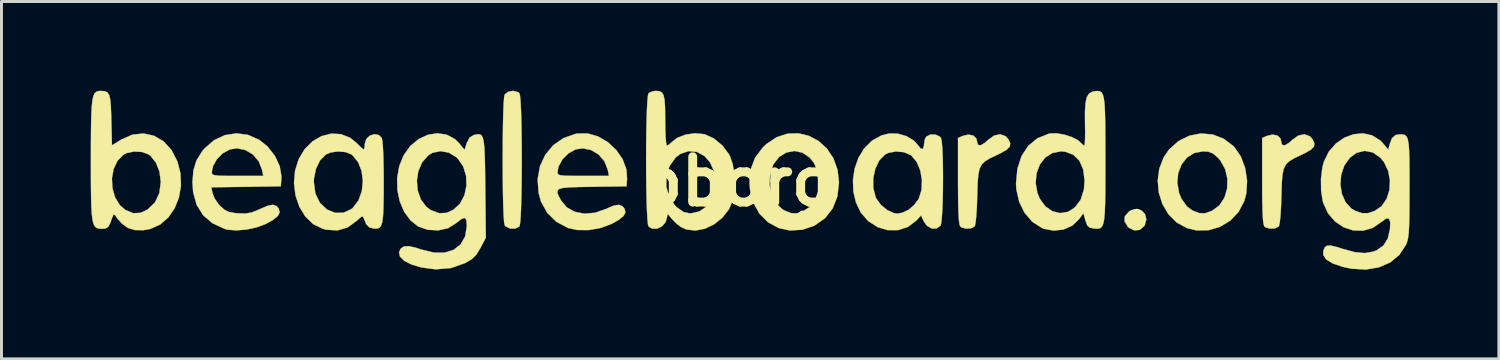
<source format=kicad_pcb>
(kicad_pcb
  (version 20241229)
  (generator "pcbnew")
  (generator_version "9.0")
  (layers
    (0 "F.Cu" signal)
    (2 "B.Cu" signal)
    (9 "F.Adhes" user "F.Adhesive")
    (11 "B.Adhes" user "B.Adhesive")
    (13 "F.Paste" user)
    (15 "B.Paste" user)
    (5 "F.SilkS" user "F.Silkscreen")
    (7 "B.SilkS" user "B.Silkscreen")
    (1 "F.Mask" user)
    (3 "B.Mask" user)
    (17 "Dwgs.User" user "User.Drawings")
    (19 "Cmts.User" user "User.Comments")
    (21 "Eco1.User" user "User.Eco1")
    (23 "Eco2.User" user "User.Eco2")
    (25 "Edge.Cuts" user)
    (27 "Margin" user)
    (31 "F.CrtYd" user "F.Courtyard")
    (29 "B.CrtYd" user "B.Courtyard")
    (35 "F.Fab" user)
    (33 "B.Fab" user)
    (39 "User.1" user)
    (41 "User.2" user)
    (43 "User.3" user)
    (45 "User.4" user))
  (footprint "bborg"
    (layer "F.Cu")
    (at 21.722 3.053)
    (property "Reference" "bborg" (at 0 0 0) (layer "F.SilkS") (effects (font (size 1.524 1.524) (thickness 0.3))))
    (attr through_hole)
    (fp_poly (pts (xy 13.604 0.973) (xy 13.718 1.101) (xy 13.759 1.275) (xy 13.706 1.466) (xy 13.69 1.493) (xy 13.541 1.622) (xy 13.358 1.642) (xy 13.174 1.552) (xy 13.145 1.524) (xy 13.029 1.344) (xy 13.037 1.169) (xy 13.167 1.015) (xy 13.251 0.962) (xy 13.441 0.918) (xy 13.604 0.973)) (stroke (width 0.01) (type solid)) (fill yes) (layer "F.SilkS"))
    (fp_poly (pts (xy -7.368 -3.01) (xy -7.315 -2.972) (xy -7.293 -2.888) (xy -7.275 -2.695) (xy -7.26 -2.412) (xy -7.248 -2.056) (xy -7.24 -1.645) (xy -7.235 -1.199) (xy -7.233 -0.734) (xy -7.235 -0.268) (xy -7.24 0.179) (xy -7.248 0.59) (xy -7.26 0.947) (xy -7.275 1.231) (xy -7.293 1.425) (xy -7.315 1.511) (xy -7.315 1.511) (xy -7.456 1.58) (xy -7.627 1.578) (xy -7.77 1.512) (xy -7.808 1.465) (xy -7.828 1.363) (xy -7.844 1.141) (xy -7.857 0.806) (xy -7.867 0.365) (xy -7.872 -0.175) (xy -7.874 -0.73) (xy -7.872 -1.352) (xy -7.866 -1.881) (xy -7.856 -2.31) (xy -7.843 -2.633) (xy -7.826 -2.841) (xy -7.808 -2.925) (xy -7.696 -3.018) (xy -7.53 -3.048) (xy -7.368 -3.01)) (stroke (width 0.01) (type solid)) (fill yes) (layer "F.SilkS"))
    (fp_poly (pts (xy 9.03 -1.525) (xy 9.118 -1.429) (xy 9.184 -1.29) (xy 9.17 -1.176) (xy 9.063 -1.067) (xy 8.85 -0.948) (xy 8.75 -0.9) (xy 8.515 -0.789) (xy 8.344 -0.688) (xy 8.227 -0.574) (xy 8.152 -0.425) (xy 8.11 -0.219) (xy 8.088 0.067) (xy 8.076 0.456) (xy 8.075 0.498) (xy 8.063 0.841) (xy 8.045 1.137) (xy 8.022 1.361) (xy 7.997 1.489) (xy 7.988 1.508) (xy 7.866 1.572) (xy 7.695 1.582) (xy 7.542 1.539) (xy 7.506 1.511) (xy 7.479 1.441) (xy 7.458 1.284) (xy 7.443 1.031) (xy 7.434 0.674) (xy 7.43 0.202) (xy 7.429 -0.014) (xy 7.429 -1.463) (xy 7.584 -1.533) (xy 7.78 -1.58) (xy 7.946 -1.546) (xy 8.048 -1.444) (xy 8.065 -1.364) (xy 8.097 -1.237) (xy 8.189 -1.218) (xy 8.337 -1.307) (xy 8.436 -1.397) (xy 8.645 -1.547) (xy 8.85 -1.59) (xy 9.03 -1.525)) (stroke (width 0.01) (type solid)) (fill yes) (layer "F.SilkS"))
    (fp_poly (pts (xy 19.253 -1.525) (xy 19.341 -1.429) (xy 19.408 -1.29) (xy 19.394 -1.176) (xy 19.286 -1.067) (xy 19.074 -0.948) (xy 18.973 -0.9) (xy 18.738 -0.789) (xy 18.568 -0.688) (xy 18.45 -0.574) (xy 18.376 -0.425) (xy 18.333 -0.219) (xy 18.311 0.067) (xy 18.3 0.456) (xy 18.299 0.498) (xy 18.287 0.841) (xy 18.269 1.137) (xy 18.246 1.361) (xy 18.221 1.489) (xy 18.212 1.508) (xy 18.09 1.572) (xy 17.919 1.582) (xy 17.765 1.539) (xy 17.729 1.511) (xy 17.702 1.441) (xy 17.681 1.284) (xy 17.667 1.031) (xy 17.657 0.674) (xy 17.653 0.202) (xy 17.653 -0.014) (xy 17.653 -1.463) (xy 17.807 -1.533) (xy 18.003 -1.58) (xy 18.169 -1.546) (xy 18.271 -1.444) (xy 18.288 -1.364) (xy 18.32 -1.237) (xy 18.413 -1.218) (xy 18.561 -1.307) (xy 18.659 -1.397) (xy 18.868 -1.547) (xy 19.074 -1.59) (xy 19.253 -1.525)) (stroke (width 0.01) (type solid)) (fill yes) (layer "F.SilkS"))
    (fp_poly (pts (xy 2.418 -1.537) (xy 2.742 -1.364) (xy 3.021 -1.111) (xy 3.239 -0.786) (xy 3.38 -0.397) (xy 3.429 0.032) (xy 3.375 0.498) (xy 3.218 0.9) (xy 2.961 1.229) (xy 2.611 1.476) (xy 2.593 1.486) (xy 2.195 1.619) (xy 1.777 1.643) (xy 1.406 1.564) (xy 1.042 1.368) (xy 0.754 1.078) (xy 0.549 0.709) (xy 0.439 0.277) (xy 0.428 0.122) (xy 1.094 0.122) (xy 1.164 0.448) (xy 1.31 0.729) (xy 1.526 0.933) (xy 1.587 0.968) (xy 1.809 1.058) (xy 1.994 1.071) (xy 2.189 1.017) (xy 2.441 0.858) (xy 2.624 0.618) (xy 2.733 0.322) (xy 2.766 -0.002) (xy 2.719 -0.328) (xy 2.587 -0.628) (xy 2.445 -0.806) (xy 2.2 -0.972) (xy 1.93 -1.028) (xy 1.661 -0.978) (xy 1.418 -0.829) (xy 1.229 -0.585) (xy 1.213 -0.553) (xy 1.108 -0.222) (xy 1.094 0.122) (xy 0.428 0.122) (xy 0.421 0.032) (xy 0.464 -0.418) (xy 0.608 -0.802) (xy 0.863 -1.141) (xy 0.99 -1.262) (xy 1.335 -1.493) (xy 1.699 -1.61) (xy 2.065 -1.622) (xy 2.418 -1.537)) (stroke (width 0.01) (type solid)) (fill yes) (layer "F.SilkS"))
    (fp_poly (pts (xy 15.985 -1.583) (xy 16.356 -1.441) (xy 16.687 -1.192) (xy 16.713 -1.165) (xy 16.935 -0.845) (xy 17.081 -0.455) (xy 17.146 -0.03) (xy 17.121 0.393) (xy 17.054 0.651) (xy 16.86 1.02) (xy 16.579 1.314) (xy 16.235 1.522) (xy 15.848 1.635) (xy 15.443 1.642) (xy 15.128 1.566) (xy 14.781 1.377) (xy 14.504 1.101) (xy 14.301 0.76) (xy 14.179 0.376) (xy 14.149 0.042) (xy 14.8 0.042) (xy 14.859 0.38) (xy 14.938 0.574) (xy 15.124 0.836) (xy 15.303 0.968) (xy 15.532 1.059) (xy 15.727 1.066) (xy 15.949 0.99) (xy 15.976 0.977) (xy 16.218 0.797) (xy 16.386 0.54) (xy 16.475 0.234) (xy 16.484 -0.095) (xy 16.408 -0.419) (xy 16.246 -0.71) (xy 16.161 -0.806) (xy 16 -0.943) (xy 15.843 -1.004) (xy 15.661 -1.016) (xy 15.367 -0.96) (xy 15.123 -0.804) (xy 14.942 -0.572) (xy 14.83 -0.283) (xy 14.8 0.042) (xy 14.149 0.042) (xy 14.142 -0.03) (xy 14.195 -0.434) (xy 14.343 -0.816) (xy 14.524 -1.079) (xy 14.842 -1.363) (xy 15.206 -1.543) (xy 15.594 -1.616) (xy 15.985 -1.583)) (stroke (width 0.01) (type solid)) (fill yes) (layer "F.SilkS"))
    (fp_poly (pts (xy -4.669 -1.516) (xy -4.341 -1.325) (xy -4.06 -1.064) (xy -3.845 -0.753) (xy -3.717 -0.411) (xy -3.694 -0.09) (xy -3.715 0.159) (xy -4.874 0.176) (xy -5.306 0.183) (xy -5.625 0.194) (xy -5.844 0.213) (xy -5.976 0.248) (xy -6.034 0.304) (xy -6.033 0.387) (xy -5.985 0.502) (xy -5.916 0.631) (xy -5.723 0.865) (xy -5.454 1.016) (xy -5.13 1.079) (xy -4.775 1.049) (xy -4.411 0.923) (xy -4.395 0.916) (xy -4.144 0.808) (xy -3.967 0.78) (xy -3.845 0.833) (xy -3.785 0.905) (xy -3.75 1.032) (xy -3.813 1.159) (xy -3.985 1.295) (xy -4.211 1.421) (xy -4.583 1.56) (xy -4.986 1.63) (xy -5.377 1.628) (xy -5.68 1.56) (xy -6.072 1.351) (xy -6.377 1.052) (xy -6.587 0.674) (xy -6.669 0.381) (xy -6.701 -0.083) (xy -6.657 -0.322) (xy -6.032 -0.322) (xy -6.027 -0.269) (xy -5.996 -0.233) (xy -5.92 -0.21) (xy -5.779 -0.197) (xy -5.554 -0.192) (xy -5.224 -0.191) (xy -5.167 -0.191) (xy -4.302 -0.191) (xy -4.342 -0.392) (xy -4.456 -0.683) (xy -4.653 -0.912) (xy -4.907 -1.062) (xy -5.191 -1.118) (xy -5.424 -1.081) (xy -5.664 -0.95) (xy -5.865 -0.747) (xy -5.997 -0.509) (xy -6.032 -0.322) (xy -6.657 -0.322) (xy -6.622 -0.516) (xy -6.444 -0.901) (xy -6.177 -1.221) (xy -5.831 -1.462) (xy -5.417 -1.607) (xy -5.378 -1.614) (xy -5.021 -1.618) (xy -4.669 -1.516)) (stroke (width 0.01) (type solid)) (fill yes) (layer "F.SilkS"))
    (fp_poly (pts (xy -16.431 -1.568) (xy -16.06 -1.403) (xy -15.784 -1.183) (xy -15.532 -0.865) (xy -15.37 -0.517) (xy -15.312 -0.171) (xy -15.315 -0.09) (xy -15.335 0.159) (xy -16.502 0.176) (xy -17.668 0.193) (xy -17.627 0.398) (xy -17.557 0.569) (xy -17.428 0.756) (xy -17.369 0.821) (xy -17.225 0.949) (xy -17.084 1.02) (xy -16.893 1.056) (xy -16.768 1.067) (xy -16.512 1.073) (xy -16.308 1.038) (xy -16.083 0.947) (xy -16.034 0.924) (xy -15.778 0.814) (xy -15.601 0.78) (xy -15.478 0.822) (xy -15.406 0.905) (xy -15.37 1.032) (xy -15.434 1.159) (xy -15.605 1.295) (xy -15.832 1.421) (xy -16.136 1.537) (xy -16.484 1.612) (xy -16.83 1.641) (xy -17.127 1.617) (xy -17.209 1.595) (xy -17.627 1.403) (xy -17.945 1.131) (xy -18.163 0.782) (xy -18.28 0.356) (xy -18.303 0.032) (xy -18.275 -0.322) (xy -17.653 -0.322) (xy -17.647 -0.269) (xy -17.616 -0.233) (xy -17.54 -0.21) (xy -17.399 -0.197) (xy -17.174 -0.192) (xy -16.845 -0.191) (xy -16.788 -0.191) (xy -15.923 -0.191) (xy -15.963 -0.392) (xy -16.076 -0.683) (xy -16.273 -0.912) (xy -16.527 -1.062) (xy -16.811 -1.118) (xy -17.045 -1.081) (xy -17.284 -0.95) (xy -17.485 -0.747) (xy -17.617 -0.509) (xy -17.653 -0.322) (xy -18.275 -0.322) (xy -18.271 -0.376) (xy -18.168 -0.712) (xy -17.977 -1.017) (xy -17.897 -1.113) (xy -17.575 -1.392) (xy -17.209 -1.562) (xy -16.821 -1.621) (xy -16.431 -1.568)) (stroke (width 0.01) (type solid)) (fill yes) (layer "F.SilkS"))
    (fp_poly (pts (xy -13.311 -1.594) (xy -13.005 -1.474) (xy -12.785 -1.295) (xy -12.658 -1.168) (xy -12.567 -1.09) (xy -12.546 -1.079) (xy -12.52 -1.135) (xy -12.51 -1.268) (xy -12.509 -1.268) (xy -12.461 -1.432) (xy -12.341 -1.544) (xy -12.187 -1.593) (xy -12.037 -1.563) (xy -11.94 -1.465) (xy -11.918 -1.359) (xy -11.9 -1.141) (xy -11.886 -0.825) (xy -11.877 -0.427) (xy -11.874 0.015) (xy -11.876 0.508) (xy -11.883 0.887) (xy -11.898 1.167) (xy -11.925 1.363) (xy -11.966 1.488) (xy -12.025 1.556) (xy -12.104 1.582) (xy -12.208 1.578) (xy -12.22 1.577) (xy -12.368 1.534) (xy -12.466 1.426) (xy -12.539 1.244) (xy -12.571 1.177) (xy -12.623 1.181) (xy -12.724 1.264) (xy -12.781 1.319) (xy -13.089 1.542) (xy -13.426 1.641) (xy -13.798 1.619) (xy -13.927 1.586) (xy -14.247 1.428) (xy -14.511 1.173) (xy -14.711 0.845) (xy -14.84 0.464) (xy -14.89 0.054) (xy -14.887 0.013) (xy -14.224 0.013) (xy -14.172 0.4) (xy -14.019 0.714) (xy -13.78 0.941) (xy -13.512 1.051) (xy -13.231 1.047) (xy -12.973 0.931) (xy -12.908 0.878) (xy -12.72 0.629) (xy -12.61 0.32) (xy -12.576 -0.017) (xy -12.617 -0.351) (xy -12.732 -0.649) (xy -12.921 -0.881) (xy -12.967 -0.917) (xy -13.161 -0.992) (xy -13.411 -1.012) (xy -13.659 -0.978) (xy -13.817 -0.911) (xy -14.012 -0.714) (xy -14.151 -0.432) (xy -14.219 -0.098) (xy -14.224 0.013) (xy -14.887 0.013) (xy -14.854 -0.366) (xy -14.735 -0.749) (xy -14.53 -1.092) (xy -14.265 -1.354) (xy -13.961 -1.529) (xy -13.636 -1.611) (xy -13.311 -1.594)) (stroke (width 0.01) (type solid)) (fill yes) (layer "F.SilkS"))
    (fp_poly (pts (xy 5.404 -1.612) (xy 5.697 -1.527) (xy 5.944 -1.379) (xy 6.066 -1.244) (xy 6.176 -1.11) (xy 6.25 -1.096) (xy 6.284 -1.201) (xy 6.287 -1.257) (xy 6.312 -1.416) (xy 6.363 -1.511) (xy 6.503 -1.58) (xy 6.675 -1.578) (xy 6.818 -1.512) (xy 6.856 -1.465) (xy 6.881 -1.353) (xy 6.901 -1.141) (xy 6.914 -0.851) (xy 6.922 -0.505) (xy 6.925 -0.129) (xy 6.922 0.256) (xy 6.915 0.626) (xy 6.902 0.957) (xy 6.884 1.228) (xy 6.861 1.413) (xy 6.839 1.486) (xy 6.704 1.58) (xy 6.539 1.576) (xy 6.382 1.483) (xy 6.284 1.347) (xy 6.186 1.138) (xy 6.03 1.308) (xy 5.75 1.523) (xy 5.418 1.632) (xy 5.059 1.631) (xy 4.728 1.532) (xy 4.405 1.323) (xy 4.162 1.041) (xy 3.999 0.704) (xy 3.911 0.333) (xy 3.898 -0.054) (xy 3.907 -0.116) (xy 4.58 -0.116) (xy 4.581 0.217) (xy 4.661 0.523) (xy 4.683 0.57) (xy 4.838 0.784) (xy 5.052 0.958) (xy 5.28 1.063) (xy 5.397 1.079) (xy 5.563 1.044) (xy 5.751 0.957) (xy 5.785 0.935) (xy 5.959 0.781) (xy 6.1 0.593) (xy 6.112 0.57) (xy 6.203 0.277) (xy 6.217 -0.051) (xy 6.16 -0.377) (xy 6.039 -0.664) (xy 5.861 -0.875) (xy 5.841 -0.89) (xy 5.61 -0.988) (xy 5.337 -1.012) (xy 5.078 -0.961) (xy 4.979 -0.911) (xy 4.786 -0.715) (xy 4.651 -0.438) (xy 4.58 -0.116) (xy 3.907 -0.116) (xy 3.956 -0.438) (xy 4.083 -0.799) (xy 4.278 -1.117) (xy 4.537 -1.375) (xy 4.859 -1.552) (xy 5.109 -1.615) (xy 5.404 -1.612)) (stroke (width 0.01) (type solid)) (fill yes) (layer "F.SilkS"))
    (fp_poly (pts (xy -21.255 -3.038) (xy -21.166 -3.001) (xy -21.106 -2.917) (xy -21.068 -2.768) (xy -21.046 -2.534) (xy -21.033 -2.198) (xy -21.03 -2.072) (xy -21.009 -1.218) (xy -20.697 -1.411) (xy -20.328 -1.574) (xy -19.956 -1.617) (xy -19.6 -1.542) (xy -19.277 -1.355) (xy -19.007 -1.06) (xy -19.007 -1.059) (xy -18.808 -0.675) (xy -18.705 -0.27) (xy -18.69 0.139) (xy -18.757 0.533) (xy -18.9 0.894) (xy -19.112 1.203) (xy -19.386 1.442) (xy -19.717 1.592) (xy -19.953 1.634) (xy -20.237 1.63) (xy -20.458 1.564) (xy -20.496 1.544) (xy -20.675 1.41) (xy -20.823 1.246) (xy -20.826 1.241) (xy -20.91 1.124) (xy -20.955 1.106) (xy -20.989 1.176) (xy -20.989 1.178) (xy -21.067 1.398) (xy -21.136 1.522) (xy -21.22 1.576) (xy -21.331 1.587) (xy -21.431 1.584) (xy -21.513 1.564) (xy -21.577 1.517) (xy -21.626 1.43) (xy -21.662 1.29) (xy -21.687 1.087) (xy -21.703 0.807) (xy -21.712 0.439) (xy -21.716 -0.03) (xy -21.716 -0.106) (xy -21.01 -0.106) (xy -20.993 0.225) (xy -20.902 0.537) (xy -20.738 0.8) (xy -20.556 0.955) (xy -20.292 1.063) (xy -20.04 1.05) (xy -19.806 0.935) (xy -19.562 0.699) (xy -19.415 0.384) (xy -19.368 0.013) (xy -19.41 -0.329) (xy -19.529 -0.632) (xy -19.707 -0.86) (xy -19.774 -0.911) (xy -19.995 -0.994) (xy -20.262 -1.01) (xy -20.513 -0.96) (xy -20.612 -0.911) (xy -20.821 -0.703) (xy -20.953 -0.425) (xy -21.01 -0.106) (xy -21.716 -0.106) (xy -21.717 -0.612) (xy -21.717 -0.73) (xy -21.716 -1.334) (xy -21.712 -1.824) (xy -21.704 -2.21) (xy -21.69 -2.506) (xy -21.667 -2.722) (xy -21.634 -2.872) (xy -21.59 -2.968) (xy -21.533 -3.021) (xy -21.46 -3.043) (xy -21.38 -3.047) (xy -21.255 -3.038)) (stroke (width 0.01) (type solid)) (fill yes) (layer "F.SilkS"))
    (fp_poly (pts (xy 12.196 -3.035) (xy 12.254 -2.998) (xy 12.299 -2.92) (xy 12.332 -2.79) (xy 12.355 -2.596) (xy 12.369 -2.327) (xy 12.378 -1.97) (xy 12.381 -1.514) (xy 12.382 -0.947) (xy 12.383 -0.73) (xy 12.382 -0.124) (xy 12.38 0.368) (xy 12.373 0.756) (xy 12.361 1.053) (xy 12.341 1.27) (xy 12.31 1.42) (xy 12.268 1.514) (xy 12.212 1.565) (xy 12.141 1.583) (xy 12.051 1.581) (xy 12 1.577) (xy 11.854 1.548) (xy 11.772 1.472) (xy 11.714 1.309) (xy 11.713 1.307) (xy 11.644 1.059) (xy 11.496 1.267) (xy 11.27 1.481) (xy 10.976 1.611) (xy 10.646 1.649) (xy 10.316 1.587) (xy 10.253 1.562) (xy 9.929 1.355) (xy 9.669 1.053) (xy 9.484 0.679) (xy 9.389 0.256) (xy 9.379 0.062) (xy 9.381 0.041) (xy 10.039 0.041) (xy 10.096 0.377) (xy 10.176 0.574) (xy 10.362 0.831) (xy 10.598 0.995) (xy 10.86 1.06) (xy 11.124 1.018) (xy 11.352 0.876) (xy 11.552 0.612) (xy 11.661 0.27) (xy 11.684 -0.033) (xy 11.639 -0.406) (xy 11.51 -0.699) (xy 11.305 -0.901) (xy 11.03 -1.004) (xy 10.884 -1.016) (xy 10.596 -0.959) (xy 10.358 -0.804) (xy 10.179 -0.571) (xy 10.07 -0.282) (xy 10.039 0.041) (xy 9.381 0.041) (xy 9.427 -0.435) (xy 9.565 -0.858) (xy 9.79 -1.2) (xy 10.094 -1.452) (xy 10.474 -1.606) (xy 10.524 -1.617) (xy 10.738 -1.624) (xy 10.998 -1.579) (xy 11.255 -1.496) (xy 11.459 -1.391) (xy 11.524 -1.335) (xy 11.622 -1.24) (xy 11.678 -1.206) (xy 11.691 -1.266) (xy 11.699 -1.427) (xy 11.702 -1.666) (xy 11.698 -1.953) (xy 11.696 -2.35) (xy 11.714 -2.638) (xy 11.757 -2.835) (xy 11.831 -2.956) (xy 11.942 -3.02) (xy 12.032 -3.038) (xy 12.122 -3.045) (xy 12.196 -3.035)) (stroke (width 0.01) (type solid)) (fill yes) (layer "F.SilkS"))
    (fp_poly (pts (xy -9.764 -1.579) (xy -9.488 -1.434) (xy -9.345 -1.294) (xy -9.158 -1.067) (xy -9.082 -1.296) (xy -8.986 -1.481) (xy -8.843 -1.565) (xy -8.739 -1.588) (xy -8.656 -1.591) (xy -8.593 -1.559) (xy -8.546 -1.481) (xy -8.513 -1.344) (xy -8.491 -1.134) (xy -8.477 -0.839) (xy -8.468 -0.446) (xy -8.462 0.058) (xy -8.46 0.204) (xy -8.443 1.887) (xy -8.622 2.229) (xy -8.755 2.449) (xy -8.901 2.598) (xy -9.113 2.726) (xy -9.147 2.743) (xy -9.618 2.907) (xy -10.126 2.95) (xy -10.604 2.888) (xy -10.941 2.788) (xy -11.185 2.663) (xy -11.328 2.521) (xy -11.36 2.37) (xy -11.3 2.251) (xy -11.198 2.181) (xy -11.042 2.169) (xy -10.812 2.219) (xy -10.604 2.286) (xy -10.19 2.387) (xy -9.825 2.387) (xy -9.52 2.293) (xy -9.288 2.109) (xy -9.137 1.843) (xy -9.081 1.499) (xy -9.081 1.476) (xy -9.095 1.294) (xy -9.147 1.22) (xy -9.252 1.251) (xy -9.423 1.382) (xy -9.436 1.394) (xy -9.712 1.568) (xy -10.039 1.64) (xy -10.397 1.62) (xy -10.709 1.514) (xy -10.973 1.307) (xy -11.183 1.021) (xy -11.332 0.674) (xy -11.415 0.289) (xy -11.421 -0.028) (xy -10.76 -0.028) (xy -10.732 0.299) (xy -10.627 0.599) (xy -10.448 0.843) (xy -10.285 0.963) (xy -10.011 1.064) (xy -9.759 1.052) (xy -9.537 0.951) (xy -9.311 0.744) (xy -9.163 0.465) (xy -9.093 0.144) (xy -9.105 -0.188) (xy -9.2 -0.503) (xy -9.38 -0.769) (xy -9.434 -0.82) (xy -9.689 -0.974) (xy -9.969 -1.023) (xy -10.238 -0.966) (xy -10.375 -0.883) (xy -10.583 -0.648) (xy -10.711 -0.354) (xy -10.76 -0.028) (xy -11.421 -0.028) (xy -11.423 -0.116) (xy -11.352 -0.519) (xy -11.202 -0.888) (xy -10.977 -1.2) (xy -10.7 -1.429) (xy -10.391 -1.572) (xy -10.072 -1.623) (xy -9.764 -1.579)) (stroke (width 0.01) (type solid)) (fill yes) (layer "F.SilkS"))
    (fp_poly (pts (xy -2.61 -3.038) (xy -2.525 -2.996) (xy -2.468 -2.903) (xy -2.434 -2.743) (xy -2.418 -2.495) (xy -2.413 -2.143) (xy -2.413 -2.051) (xy -2.409 -1.74) (xy -2.398 -1.481) (xy -2.382 -1.296) (xy -2.362 -1.21) (xy -2.357 -1.206) (xy -2.275 -1.25) (xy -2.219 -1.306) (xy -2.012 -1.469) (xy -1.729 -1.578) (xy -1.411 -1.623) (xy -1.102 -1.593) (xy -1.08 -1.588) (xy -0.777 -1.449) (xy -0.495 -1.216) (xy -0.271 -0.921) (xy -0.24 -0.863) (xy -0.146 -0.593) (xy -0.087 -0.25) (xy -0.069 0.117) (xy -0.095 0.456) (xy -0.126 0.6) (xy -0.271 0.932) (xy -0.492 1.215) (xy -0.768 1.436) (xy -1.076 1.584) (xy -1.394 1.646) (xy -1.699 1.611) (xy -1.878 1.531) (xy -2.059 1.391) (xy -2.21 1.23) (xy -2.299 1.119) (xy -2.338 1.105) (xy -2.347 1.176) (xy -2.399 1.366) (xy -2.525 1.508) (xy -2.691 1.585) (xy -2.863 1.579) (xy -2.972 1.511) (xy -2.994 1.427) (xy -3.012 1.235) (xy -3.027 0.951) (xy -3.039 0.595) (xy -3.047 0.185) (xy -3.047 0.168) (xy -2.376 0.168) (xy -2.281 0.505) (xy -2.088 0.799) (xy -2.022 0.865) (xy -1.793 1.025) (xy -1.565 1.072) (xy -1.3 1.013) (xy -1.246 0.992) (xy -1.01 0.829) (xy -0.842 0.586) (xy -0.745 0.29) (xy -0.722 -0.032) (xy -0.774 -0.352) (xy -0.904 -0.642) (xy -1.089 -0.855) (xy -1.347 -0.997) (xy -1.625 -1.023) (xy -1.895 -0.935) (xy -2.064 -0.806) (xy -2.268 -0.518) (xy -2.372 -0.183) (xy -2.376 0.168) (xy -3.047 0.168) (xy -3.052 -0.262) (xy -3.054 -0.727) (xy -3.052 -1.192) (xy -3.047 -1.639) (xy -3.039 -2.05) (xy -3.027 -2.407) (xy -3.012 -2.692) (xy -2.994 -2.886) (xy -2.972 -2.971) (xy -2.972 -2.972) (xy -2.853 -3.03) (xy -2.731 -3.048) (xy -2.61 -3.038)) (stroke (width 0.01) (type solid)) (fill yes) (layer "F.SilkS"))
    (fp_poly (pts (xy 21.345 -1.555) (xy 21.613 -1.39) (xy 21.714 -1.286) (xy 21.891 -1.07) (xy 21.936 -1.249) (xy 22.017 -1.458) (xy 22.138 -1.564) (xy 22.284 -1.587) (xy 22.377 -1.584) (xy 22.451 -1.564) (xy 22.507 -1.515) (xy 22.547 -1.421) (xy 22.575 -1.27) (xy 22.592 -1.048) (xy 22.601 -0.742) (xy 22.604 -0.336) (xy 22.605 0.182) (xy 22.605 0.219) (xy 22.603 0.73) (xy 22.6 1.131) (xy 22.593 1.438) (xy 22.582 1.668) (xy 22.566 1.837) (xy 22.543 1.963) (xy 22.513 2.062) (xy 22.486 2.127) (xy 22.263 2.464) (xy 21.956 2.718) (xy 21.576 2.883) (xy 21.139 2.956) (xy 20.658 2.93) (xy 20.364 2.868) (xy 20.024 2.752) (xy 19.806 2.619) (xy 19.706 2.466) (xy 19.708 2.331) (xy 19.754 2.213) (xy 19.832 2.154) (xy 19.966 2.153) (xy 20.18 2.205) (xy 20.352 2.26) (xy 20.762 2.371) (xy 21.097 2.404) (xy 21.378 2.359) (xy 21.497 2.312) (xy 21.728 2.151) (xy 21.875 1.917) (xy 21.95 1.593) (xy 21.958 1.362) (xy 21.912 1.245) (xy 21.812 1.244) (xy 21.664 1.354) (xy 21.37 1.557) (xy 21.046 1.651) (xy 20.714 1.642) (xy 20.393 1.537) (xy 20.105 1.344) (xy 19.869 1.07) (xy 19.707 0.722) (xy 19.691 0.667) (xy 19.634 0.313) (xy 19.631 0.093) (xy 20.282 0.093) (xy 20.331 0.41) (xy 20.454 0.69) (xy 20.648 0.906) (xy 20.79 0.989) (xy 21.014 1.063) (xy 21.21 1.061) (xy 21.432 0.988) (xy 21.669 0.826) (xy 21.835 0.582) (xy 21.93 0.285) (xy 21.948 -0.038) (xy 21.888 -0.36) (xy 21.747 -0.655) (xy 21.622 -0.806) (xy 21.372 -0.979) (xy 21.1 -1.033) (xy 20.829 -0.967) (xy 20.605 -0.806) (xy 20.416 -0.543) (xy 20.309 -0.234) (xy 20.282 0.093) (xy 19.631 0.093) (xy 19.629 -0.086) (xy 19.675 -0.468) (xy 19.727 -0.667) (xy 19.894 -1.007) (xy 20.13 -1.278) (xy 20.414 -1.475) (xy 20.725 -1.591) (xy 21.042 -1.62) (xy 21.345 -1.555)) (stroke (width 0.01) (type solid)) (fill yes) (layer "F.SilkS")))
  (gr_rect
    (start -3 -3)
    (end 47.332 9.014)
    (stroke (width 0.1) (type default))
    (fill no)
    (layer "Edge.Cuts")))
</source>
